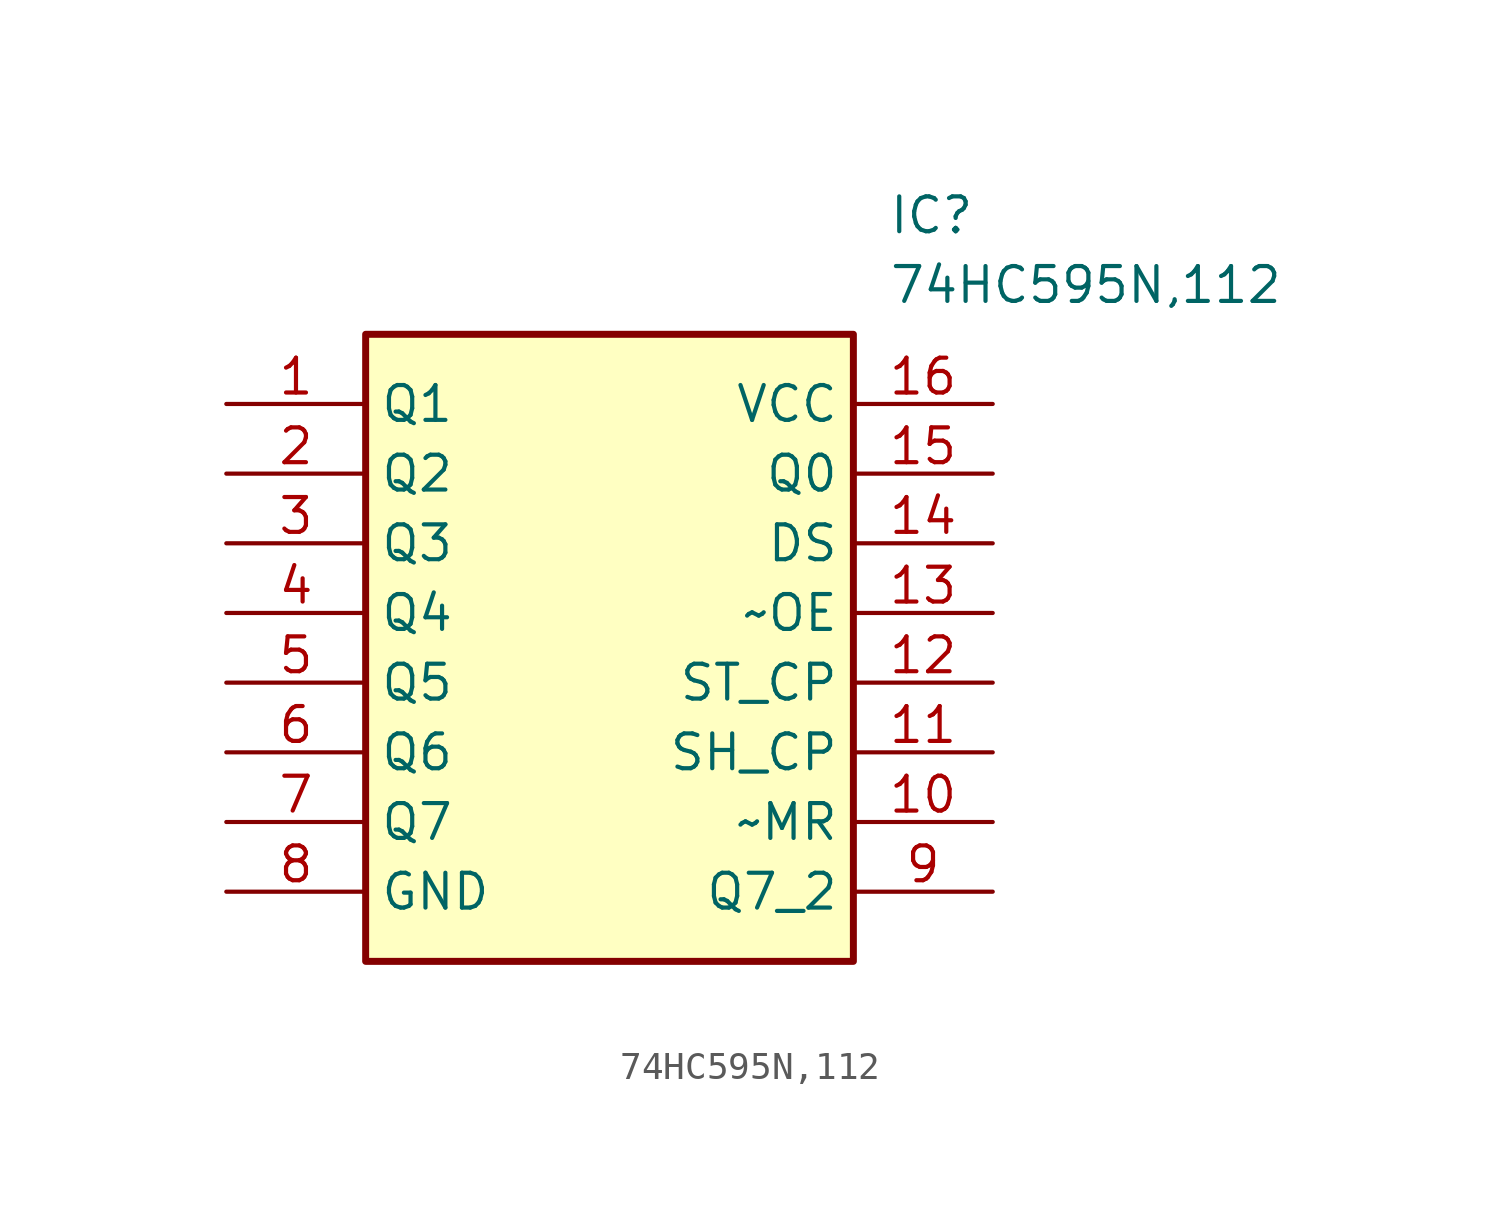
<source format=kicad_sym>
(kicad_symbol_lib
  (version 20211014)
  (generator SamacSys_ECAD_Model)
  (symbol "74HC595N,112"
    (property "Reference" "IC"
      (at 24.13 7.62 0)
      (effects (font (size 1.27 1.27)) (justify left top)))
    (property "Value" "74HC595N,112"
      (at 24.13 5.08 0)
      (effects (font (size 1.27 1.27)) (justify left top)))
    (rectangle
      (start 5.08 2.54)
      (end 22.86 -20.32)
      (stroke (width 0.254) (type default))
      (fill (type background)))
    (pin passive line
      (at 0 0 0)
      (length 5.08)
      (name "Q1" (effects (font (size 1.27 1.27))))
      (number "1" (effects (font (size 1.27 1.27)))))
    (pin passive line
      (at 0 -2.54 0)
      (length 5.08)
      (name "Q2" (effects (font (size 1.27 1.27))))
      (number "2" (effects (font (size 1.27 1.27)))))
    (pin passive line
      (at 0 -5.08 0)
      (length 5.08)
      (name "Q3" (effects (font (size 1.27 1.27))))
      (number "3" (effects (font (size 1.27 1.27)))))
    (pin passive line
      (at 0 -7.62 0)
      (length 5.08)
      (name "Q4" (effects (font (size 1.27 1.27))))
      (number "4" (effects (font (size 1.27 1.27)))))
    (pin passive line
      (at 0 -10.16 0)
      (length 5.08)
      (name "Q5" (effects (font (size 1.27 1.27))))
      (number "5" (effects (font (size 1.27 1.27)))))
    (pin passive line
      (at 0 -12.7 0)
      (length 5.08)
      (name "Q6" (effects (font (size 1.27 1.27))))
      (number "6" (effects (font (size 1.27 1.27)))))
    (pin passive line
      (at 0 -15.24 0)
      (length 5.08)
      (name "Q7" (effects (font (size 1.27 1.27))))
      (number "7" (effects (font (size 1.27 1.27)))))
    (pin passive line
      (at 0 -17.78 0)
      (length 5.08)
      (name "GND" (effects (font (size 1.27 1.27))))
      (number "8" (effects (font (size 1.27 1.27)))))
    (pin passive line
      (at 27.94 -17.78 180)
      (length 5.08)
      (name "Q7_2" (effects (font (size 1.27 1.27))))
      (number "9" (effects (font (size 1.27 1.27)))))
    (pin passive line
      (at 27.94 -15.24 180)
      (length 5.08)
      (name "~MR" (effects (font (size 1.27 1.27))))
      (number "10" (effects (font (size 1.27 1.27)))))
    (pin passive line
      (at 27.94 -12.7 180)
      (length 5.08)
      (name "SH_CP" (effects (font (size 1.27 1.27))))
      (number "11" (effects (font (size 1.27 1.27)))))
    (pin passive line
      (at 27.94 -10.16 180)
      (length 5.08)
      (name "ST_CP" (effects (font (size 1.27 1.27))))
      (number "12" (effects (font (size 1.27 1.27)))))
    (pin passive line
      (at 27.94 -7.62 180)
      (length 5.08)
      (name "~OE" (effects (font (size 1.27 1.27))))
      (number "13" (effects (font (size 1.27 1.27)))))
    (pin passive line
      (at 27.94 -5.08 180)
      (length 5.08)
      (name "DS" (effects (font (size 1.27 1.27))))
      (number "14" (effects (font (size 1.27 1.27)))))
    (pin passive line
      (at 27.94 -2.54 180)
      (length 5.08)
      (name "Q0" (effects (font (size 1.27 1.27))))
      (number "15" (effects (font (size 1.27 1.27)))))
    (pin passive line
      (at 27.94 0 180)
      (length 5.08)
      (name "VCC" (effects (font (size 1.27 1.27))))
      (number "16" (effects (font (size 1.27 1.27)))))))
</source>
